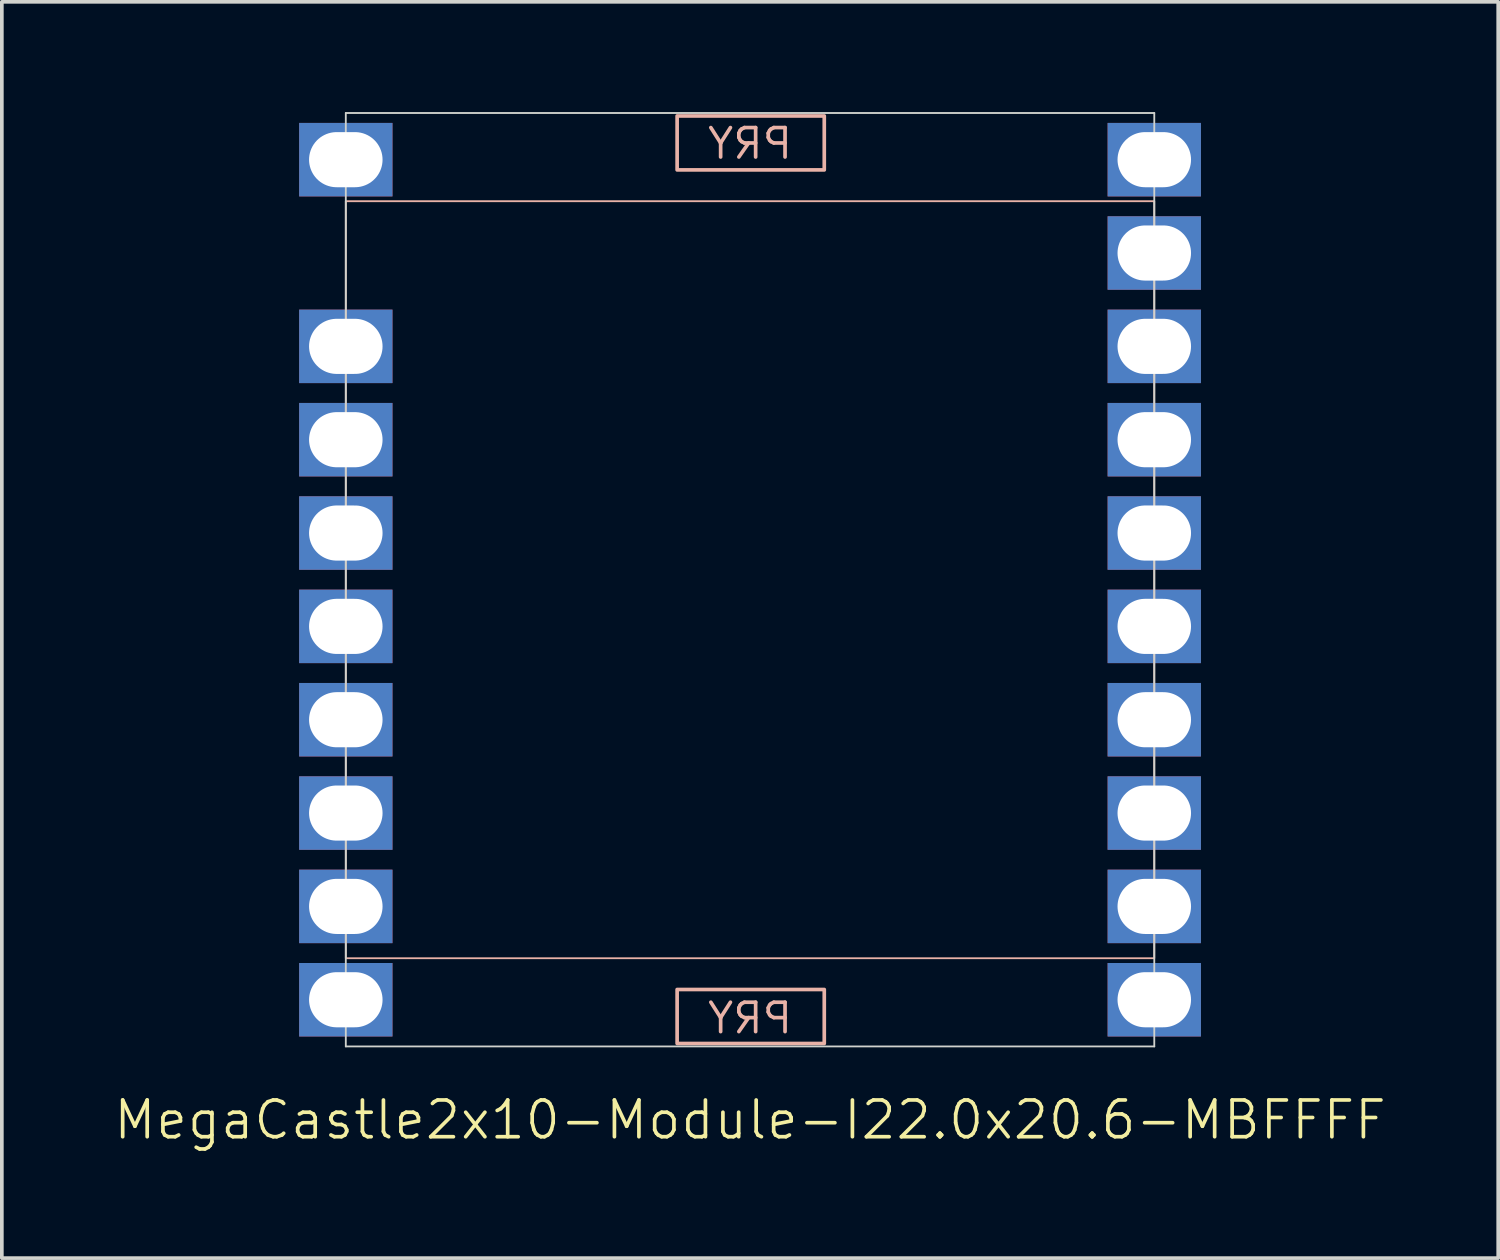
<source format=kicad_pcb>
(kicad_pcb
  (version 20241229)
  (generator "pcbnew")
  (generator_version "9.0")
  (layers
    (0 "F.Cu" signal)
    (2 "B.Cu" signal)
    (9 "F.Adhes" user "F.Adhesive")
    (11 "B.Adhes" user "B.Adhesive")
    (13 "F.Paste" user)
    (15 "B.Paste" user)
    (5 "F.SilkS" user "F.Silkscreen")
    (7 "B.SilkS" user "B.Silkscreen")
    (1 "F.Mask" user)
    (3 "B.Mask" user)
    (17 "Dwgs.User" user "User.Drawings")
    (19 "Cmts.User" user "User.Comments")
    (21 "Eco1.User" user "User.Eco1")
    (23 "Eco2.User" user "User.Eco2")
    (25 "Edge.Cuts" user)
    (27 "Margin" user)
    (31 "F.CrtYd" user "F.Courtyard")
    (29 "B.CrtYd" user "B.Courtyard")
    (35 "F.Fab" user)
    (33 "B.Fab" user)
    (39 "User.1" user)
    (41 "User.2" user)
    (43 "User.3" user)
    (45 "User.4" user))
  (footprint "MegaCastle2x10-Module-I22.0x20.6-MBFFFF"
    (layer "F.Cu")
    (at 17.36 12.725)
    (property "Reference" "MegaCastle2x10-Module-I22.0x20.6-MBFFFF" (at 0 14.7 0) (unlocked yes) (layer "F.SilkS") (effects (font (size 1 1) (thickness 0.1))))
    (attr smd)
    (fp_rect (start -11 10.3) (end 11 -10.3) (stroke (width 0.05) (type default)) (fill no) (layer "B.SilkS"))
    (fp_rect (start -1.984 -11.151) (end 2.02 -12.62) (stroke (width 0.1) (type default)) (fill no) (layer "B.SilkS"))
    (fp_rect (start -1.984 11.151) (end 2.02 12.62) (stroke (width 0.1) (type default)) (fill no) (layer "B.SilkS"))
    (fp_line (start -11 -12.7) (end -11 12.7) (stroke (width 0.05) (type default)) (layer "Edge.Cuts"))
    (fp_line (start -11 -12.7) (end 11 -12.7) (stroke (width 0.05) (type default)) (layer "Edge.Cuts"))
    (fp_line (start -11 12.7) (end 11 12.7) (stroke (width 0.05) (type default)) (layer "Edge.Cuts"))
    (fp_line (start 11 -12.7) (end 11 12.7) (stroke (width 0.05) (type default)) (layer "Edge.Cuts"))
    (fp_text user "PRY" (at 0 -11.4 0) (unlocked yes) (layer "B.SilkS") (effects (font (size 0.8 0.8) (thickness 0.1)) (justify bottom mirror)))
    (fp_text user "PRY" (at 0 12.4 0) (unlocked yes) (layer "B.SilkS") (effects (font (size 0.8 0.8) (thickness 0.1)) (justify bottom mirror)))
    (pad "1" thru_hole rect (at -11 -11.43) (size 2.54 2) (drill oval 2 1.5) (property pad_prop_castellated) (layers "*.Cu" "*.Mask"))
    (pad "3" thru_hole rect (at -11 -6.35) (size 2.54 2) (drill oval 2 1.5) (property pad_prop_castellated) (layers "*.Cu" "*.Mask"))
    (pad "4" thru_hole rect (at -11 -3.81) (size 2.54 2) (drill oval 2 1.5) (property pad_prop_castellated) (layers "*.Cu" "*.Mask"))
    (pad "5" thru_hole rect (at -11 -1.27) (size 2.54 2) (drill oval 2 1.5) (property pad_prop_castellated) (layers "*.Cu" "*.Mask"))
    (pad "6" thru_hole rect (at -11 1.27) (size 2.54 2) (drill oval 2 1.5) (property pad_prop_castellated) (layers "*.Cu" "*.Mask"))
    (pad "7" thru_hole rect (at -11 3.81) (size 2.54 2) (drill oval 2 1.5) (property pad_prop_castellated) (layers "*.Cu" "*.Mask"))
    (pad "8" thru_hole rect (at -11 6.35) (size 2.54 2) (drill oval 2 1.5) (property pad_prop_castellated) (layers "*.Cu" "*.Mask"))
    (pad "9" thru_hole rect (at -11 8.89) (size 2.54 2) (drill oval 2 1.5) (property pad_prop_castellated) (layers "*.Cu" "*.Mask"))
    (pad "10" thru_hole rect (at -11 11.43) (size 2.54 2) (drill oval 2 1.5) (property pad_prop_castellated) (layers "*.Cu" "*.Mask"))
    (pad "11" thru_hole rect (at 11 -11.43) (size 2.54 2) (drill oval 2 1.5) (property pad_prop_castellated) (layers "*.Cu" "*.Mask"))
    (pad "12" thru_hole rect (at 11 -8.89) (size 2.54 2) (drill oval 2 1.5) (property pad_prop_castellated) (layers "*.Cu" "*.Mask"))
    (pad "13" thru_hole rect (at 11 -6.35) (size 2.54 2) (drill oval 2 1.5) (property pad_prop_castellated) (layers "*.Cu" "*.Mask"))
    (pad "14" thru_hole rect (at 11 -3.81) (size 2.54 2) (drill oval 2 1.5) (property pad_prop_castellated) (layers "*.Cu" "*.Mask"))
    (pad "15" thru_hole rect (at 11 -1.27) (size 2.54 2) (drill oval 2 1.5) (property pad_prop_castellated) (layers "*.Cu" "*.Mask"))
    (pad "16" thru_hole rect (at 11 1.27) (size 2.54 2) (drill oval 2 1.5) (property pad_prop_castellated) (layers "*.Cu" "*.Mask"))
    (pad "17" thru_hole rect (at 11 3.81) (size 2.54 2) (drill oval 2 1.5) (property pad_prop_castellated) (layers "*.Cu" "*.Mask"))
    (pad "18" thru_hole rect (at 11 6.35) (size 2.54 2) (drill oval 2 1.5) (property pad_prop_castellated) (layers "*.Cu" "*.Mask"))
    (pad "19" thru_hole rect (at 11 8.89) (size 2.54 2) (drill oval 2 1.5) (property pad_prop_castellated) (layers "*.Cu" "*.Mask"))
    (pad "20" thru_hole rect (at 11 11.43) (size 2.54 2) (drill oval 2 1.5) (property pad_prop_castellated) (layers "*.Cu" "*.Mask"))
    (zone (net_name "") (layer "B.Cu") (hatch edge 0.5) (connect_pads) (min_thickness 0.25) (filled_areas_thickness no) (keepout (tracks allowed) (vias allowed) (pads allowed) (copperpour allowed) (footprints not_allowed)) (placement (enabled no)) (fill) (polygon (pts (xy 6.36 25.425) (xy 6.36 0.025))))
    (zone (net_name "") (layer "B.Cu") (hatch edge 0.5) (connect_pads) (min_thickness 0.25) (filled_areas_thickness no) (keepout (tracks allowed) (vias allowed) (pads allowed) (copperpour allowed) (footprints not_allowed)) (placement (enabled no)) (fill) (polygon (pts (xy 28.36 25.425) (xy 28.36 0.025))))
    (zone (net_name "") (layer "B.Cu") (hatch edge 0.5) (connect_pads) (min_thickness 0.25) (filled_areas_thickness no) (keepout (tracks allowed) (vias allowed) (pads allowed) (copperpour allowed) (footprints not_allowed)) (placement (enabled no)) (fill) (polygon (pts (xy 6.36 0.025) (xy 6.36 2.425) (xy 28.36 2.425) (xy 28.36 0.025))))
    (zone (net_name "") (layer "B.Cu") (hatch edge 0.5) (connect_pads) (min_thickness 0.25) (filled_areas_thickness no) (keepout (tracks allowed) (vias allowed) (pads allowed) (copperpour allowed) (footprints not_allowed)) (placement (enabled no)) (fill) (polygon (pts (xy 6.36 25.425) (xy 6.36 23.025) (xy 28.36 23.025) (xy 28.36 25.425))))
    (zone (net_name "") (layer "B.Cu") (name "Upper Pry Zone") (hatch edge 0.5) (connect_pads) (min_thickness 0.25) (filled_areas_thickness no) (keepout (tracks not_allowed) (vias not_allowed) (pads not_allowed) (copperpour allowed) (footprints not_allowed)) (placement (enabled no)) (fill) (polygon (pts (xy 15.375 1.574) (xy 15.375 0.105) (xy 19.379 0.105) (xy 19.379 1.574))))
    (zone (net_name "") (layer "B.Cu") (name "Upper Pry Zone") (hatch edge 0.5) (connect_pads) (min_thickness 0.25) (filled_areas_thickness no) (keepout (tracks not_allowed) (vias not_allowed) (pads not_allowed) (copperpour allowed) (footprints not_allowed)) (placement (enabled no)) (fill) (polygon (pts (xy 15.375 23.876) (xy 15.375 25.345) (xy 19.379 25.345) (xy 19.379 23.876)))))
  (gr_rect
    (start -3 -3)
    (end 37.719 31.186)
    (stroke (width 0.1) (type default))
    (fill no)
    (layer "Edge.Cuts")))
</source>
